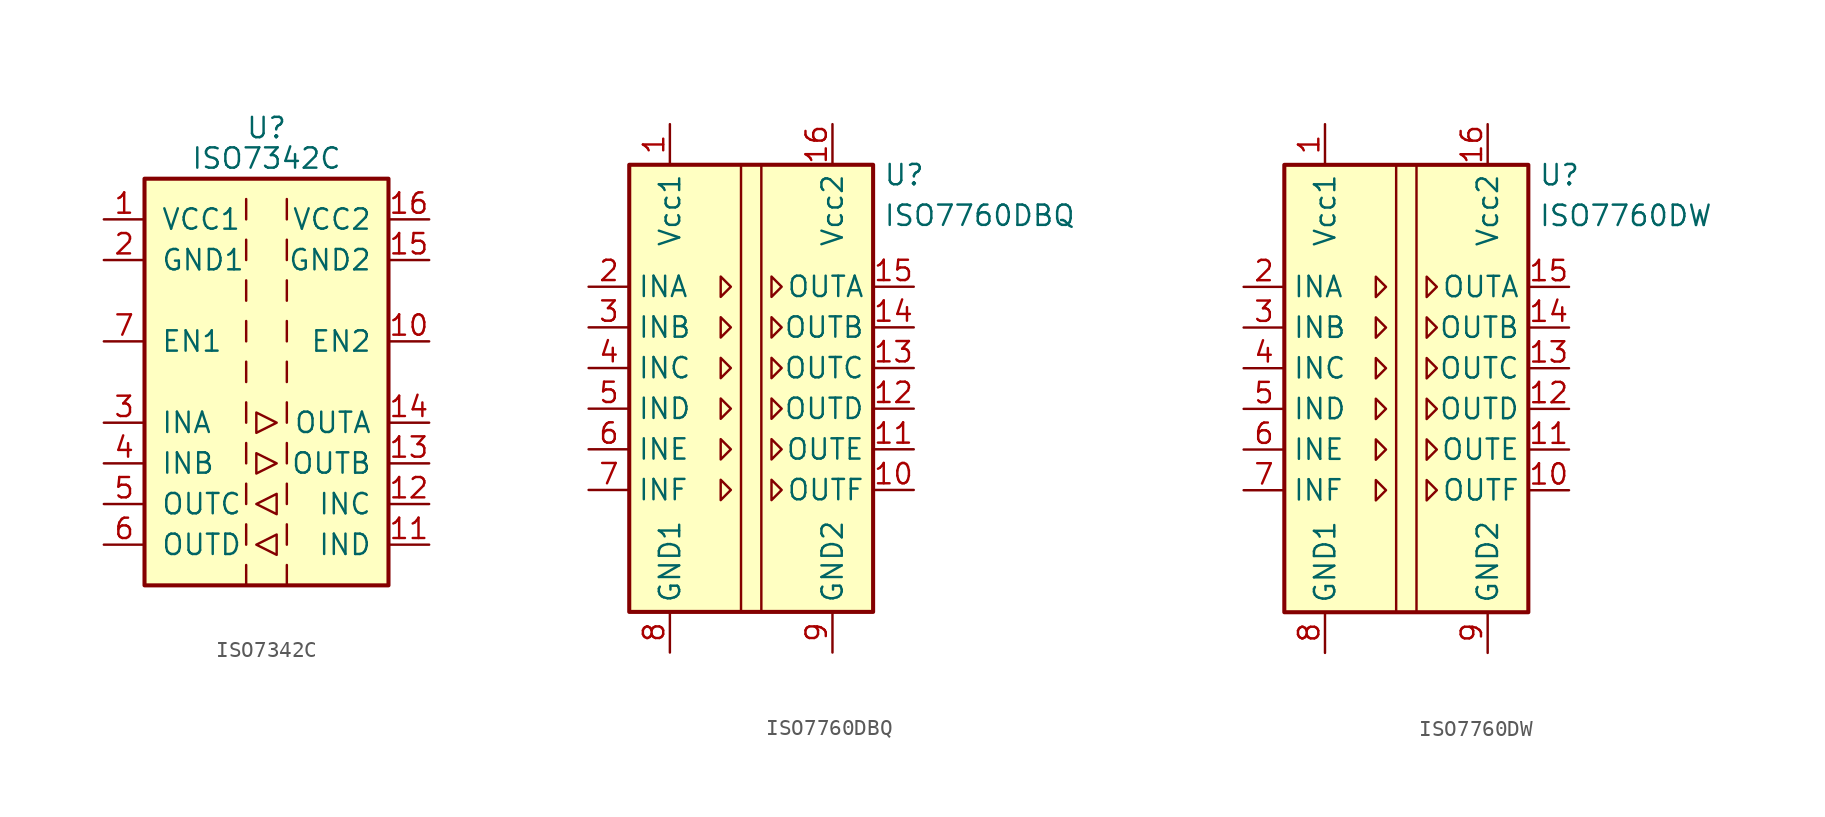
<source format=kicad_sym>
(kicad_symbol_lib
  (version 20201005)
  (generator kicad_symbol_editor)
  (symbol "Isolator_Digital:ISO7342C"
    (pin_names
      (offset 1.016))
    (property "Reference" "U"
      (at 0 15.875 0)
      (effects (font (size 1.27 1.27))))
    (property "Value" "ISO7342C"
      (at 0 13.97 0)
      (effects (font (size 1.27 1.27))))
    (symbol "ISO7342C_0_1"
      (rectangle (start -7.62 12.7) (end 7.62 -12.7) (stroke (width 0.254)) (fill (type background)))
      (polyline (pts (xy -1.27 -11.43) (xy -1.27 -12.7)) (stroke (width 0)) (fill (type none)))
      (polyline (pts (xy -1.27 -8.89) (xy -1.27 -10.16)) (stroke (width 0)) (fill (type none)))
      (polyline (pts (xy -1.27 -6.35) (xy -1.27 -7.62)) (stroke (width 0)) (fill (type none)))
      (polyline (pts (xy -1.27 -3.81) (xy -1.27 -5.08)) (stroke (width 0)) (fill (type none)))
      (polyline (pts (xy -1.27 -1.27) (xy -1.27 -2.54)) (stroke (width 0)) (fill (type none)))
      (polyline (pts (xy -1.27 1.27) (xy -1.27 0)) (stroke (width 0)) (fill (type none)))
      (polyline (pts (xy -1.27 3.81) (xy -1.27 2.54)) (stroke (width 0)) (fill (type none)))
      (polyline (pts (xy -1.27 6.35) (xy -1.27 5.08)) (stroke (width 0)) (fill (type none)))
      (polyline (pts (xy -1.27 8.89) (xy -1.27 7.62)) (stroke (width 0)) (fill (type none)))
      (polyline (pts (xy -1.27 11.43) (xy -1.27 10.16)) (stroke (width 0)) (fill (type none)))
      (polyline (pts (xy 1.27 -11.43) (xy 1.27 -12.7)) (stroke (width 0)) (fill (type none)))
      (polyline (pts (xy 1.27 -8.89) (xy 1.27 -10.16)) (stroke (width 0)) (fill (type none)))
      (polyline (pts (xy 1.27 -6.35) (xy 1.27 -7.62)) (stroke (width 0)) (fill (type none)))
      (polyline (pts (xy 1.27 -3.81) (xy 1.27 -5.08)) (stroke (width 0)) (fill (type none)))
      (polyline (pts (xy 1.27 -1.27) (xy 1.27 -2.54)) (stroke (width 0)) (fill (type none)))
      (polyline (pts (xy 1.27 1.27) (xy 1.27 0)) (stroke (width 0)) (fill (type none)))
      (polyline (pts (xy 1.27 3.81) (xy 1.27 2.54)) (stroke (width 0)) (fill (type none)))
      (polyline (pts (xy 1.27 6.35) (xy 1.27 5.08)) (stroke (width 0)) (fill (type none)))
      (polyline (pts (xy 1.27 8.89) (xy 1.27 7.62)) (stroke (width 0)) (fill (type none)))
      (polyline (pts (xy 1.27 11.43) (xy 1.27 10.16)) (stroke (width 0)) (fill (type none)))
      (polyline (pts (xy -0.635 -10.16) (xy 0.635 -9.525) (xy 0.635 -10.795) (xy -0.635 -10.16)) (stroke (width 0)) (fill (type none)))
      (polyline (pts (xy -0.635 -7.62) (xy 0.635 -6.985) (xy 0.635 -8.255) (xy -0.635 -7.62)) (stroke (width 0)) (fill (type none)))
      (polyline (pts (xy -0.635 -4.445) (xy -0.635 -5.715) (xy 0.635 -5.08) (xy -0.635 -4.445)) (stroke (width 0)) (fill (type none)))
      (polyline (pts (xy -0.635 -1.905) (xy -0.635 -3.175) (xy 0.635 -2.54) (xy -0.635 -1.905)) (stroke (width 0)) (fill (type none))))
    (symbol "ISO7342C_1_1"
      (pin power_in line (at -10.16 10.16 0) (length 2.54) (name "VCC1" (effects (font (size 1.27 1.27)))) (number "1" (effects (font (size 1.27 1.27)))))
      (pin input line (at 10.16 2.54 180) (length 2.54) (name "EN2" (effects (font (size 1.27 1.27)))) (number "10" (effects (font (size 1.27 1.27)))))
      (pin input line (at 10.16 -10.16 180) (length 2.54) (name "IND" (effects (font (size 1.27 1.27)))) (number "11" (effects (font (size 1.27 1.27)))))
      (pin input line (at 10.16 -7.62 180) (length 2.54) (name "INC" (effects (font (size 1.27 1.27)))) (number "12" (effects (font (size 1.27 1.27)))))
      (pin output line (at 10.16 -5.08 180) (length 2.54) (name "OUTB" (effects (font (size 1.27 1.27)))) (number "13" (effects (font (size 1.27 1.27)))))
      (pin output line (at 10.16 -2.54 180) (length 2.54) (name "OUTA" (effects (font (size 1.27 1.27)))) (number "14" (effects (font (size 1.27 1.27)))))
      (pin power_in line (at 10.16 7.62 180) (length 2.54) (name "GND2" (effects (font (size 1.27 1.27)))) (number "15" (effects (font (size 1.27 1.27)))))
      (pin power_in line (at 10.16 10.16 180) (length 2.54) (name "VCC2" (effects (font (size 1.27 1.27)))) (number "16" (effects (font (size 1.27 1.27)))))
      (pin power_in line (at -10.16 7.62 0) (length 2.54) (name "GND1" (effects (font (size 1.27 1.27)))) (number "2" (effects (font (size 1.27 1.27)))))
      (pin input line (at -10.16 -2.54 0) (length 2.54) (name "INA" (effects (font (size 1.27 1.27)))) (number "3" (effects (font (size 1.27 1.27)))))
      (pin input line (at -10.16 -5.08 0) (length 2.54) (name "INB" (effects (font (size 1.27 1.27)))) (number "4" (effects (font (size 1.27 1.27)))))
      (pin output line (at -10.16 -7.62 0) (length 2.54) (name "OUTC" (effects (font (size 1.27 1.27)))) (number "5" (effects (font (size 1.27 1.27)))))
      (pin output line (at -10.16 -10.16 0) (length 2.54) (name "OUTD" (effects (font (size 1.27 1.27)))) (number "6" (effects (font (size 1.27 1.27)))))
      (pin input line (at -10.16 2.54 0) (length 2.54) (name "EN1" (effects (font (size 1.27 1.27)))) (number "7" (effects (font (size 1.27 1.27)))))
      (pin passive line (at -10.16 7.62 0) (length 2.54) hide (name "GND1" (effects (font (size 1.27 1.27)))) (number "8" (effects (font (size 1.27 1.27)))))
      (pin passive line (at 10.16 7.62 180) (length 2.54) hide (name "GND2" (effects (font (size 1.27 1.27)))) (number "9" (effects (font (size 1.27 1.27)))))))
  (symbol "Isolator_Digital:ISO7760DBQ"
    (property "Reference" "U"
      (at 8.255 14.605 0)
      (effects (font (size 1.27 1.27)) (justify left)))
    (property "Value" "ISO7760DBQ"
      (at 8.255 12.065 0)
      (effects (font (size 1.27 1.27)) (justify left)))
    (symbol "ISO7760DBQ_0_1"
      (rectangle (start -7.62 15.24) (end 7.62 -12.7) (stroke (width 0.254)) (fill (type background)))
      (polyline (pts (xy -0.635 15.24) (xy -0.635 -12.7)) (stroke (width 0)) (fill (type none)))
      (polyline (pts (xy 0.635 15.24) (xy 0.635 -12.7)) (stroke (width 0)) (fill (type none)))
      (polyline (pts (xy -1.905 8.255) (xy -1.27 7.62) (xy -1.905 6.985) (xy -1.905 8.255)) (stroke (width 0)) (fill (type none)))
      (polyline (pts (xy 1.27 8.255) (xy 1.905 7.62) (xy 1.27 6.985) (xy 1.27 8.255)) (stroke (width 0)) (fill (type none))))
    (symbol "ISO7760DBQ_1_1"
      (polyline (pts (xy -1.905 -4.445) (xy -1.27 -5.08) (xy -1.905 -5.715) (xy -1.905 -4.445)) (stroke (width 0)) (fill (type none)))
      (polyline (pts (xy -1.905 -1.905) (xy -1.27 -2.54) (xy -1.905 -3.175) (xy -1.905 -1.905)) (stroke (width 0)) (fill (type none)))
      (polyline (pts (xy -1.905 0.635) (xy -1.27 0) (xy -1.905 -0.635) (xy -1.905 0.635)) (stroke (width 0)) (fill (type none)))
      (polyline (pts (xy -1.905 3.175) (xy -1.27 2.54) (xy -1.905 1.905) (xy -1.905 3.175)) (stroke (width 0)) (fill (type none)))
      (polyline (pts (xy -1.905 5.715) (xy -1.27 5.08) (xy -1.905 4.445) (xy -1.905 5.715)) (stroke (width 0)) (fill (type none)))
      (polyline (pts (xy 1.27 -4.445) (xy 1.905 -5.08) (xy 1.27 -5.715) (xy 1.27 -4.445)) (stroke (width 0)) (fill (type none)))
      (polyline (pts (xy 1.27 -1.905) (xy 1.905 -2.54) (xy 1.27 -3.175) (xy 1.27 -1.905)) (stroke (width 0)) (fill (type none)))
      (polyline (pts (xy 1.27 0.635) (xy 1.905 0) (xy 1.27 -0.635) (xy 1.27 0.635)) (stroke (width 0)) (fill (type none)))
      (polyline (pts (xy 1.27 3.175) (xy 1.905 2.54) (xy 1.27 1.905) (xy 1.27 3.175)) (stroke (width 0)) (fill (type none)))
      (polyline (pts (xy 1.27 5.715) (xy 1.905 5.08) (xy 1.27 4.445) (xy 1.27 5.715)) (stroke (width 0)) (fill (type none)))
      (pin power_in line (at -5.08 17.78 270) (length 2.54) (name "Vcc1" (effects (font (size 1.27 1.27)))) (number "1" (effects (font (size 1.27 1.27)))))
      (pin output line (at 10.16 -5.08 180) (length 2.54) (name "OUTF" (effects (font (size 1.27 1.27)))) (number "10" (effects (font (size 1.27 1.27)))))
      (pin output line (at 10.16 -2.54 180) (length 2.54) (name "OUTE" (effects (font (size 1.27 1.27)))) (number "11" (effects (font (size 1.27 1.27)))))
      (pin output line (at 10.16 0 180) (length 2.54) (name "OUTD" (effects (font (size 1.27 1.27)))) (number "12" (effects (font (size 1.27 1.27)))))
      (pin output line (at 10.16 2.54 180) (length 2.54) (name "OUTC" (effects (font (size 1.27 1.27)))) (number "13" (effects (font (size 1.27 1.27)))))
      (pin output line (at 10.16 5.08 180) (length 2.54) (name "OUTB" (effects (font (size 1.27 1.27)))) (number "14" (effects (font (size 1.27 1.27)))))
      (pin output line (at 10.16 7.62 180) (length 2.54) (name "OUTA" (effects (font (size 1.27 1.27)))) (number "15" (effects (font (size 1.27 1.27)))))
      (pin power_in line (at 5.08 17.78 270) (length 2.54) (name "Vcc2" (effects (font (size 1.27 1.27)))) (number "16" (effects (font (size 1.27 1.27)))))
      (pin input line (at -10.16 7.62 0) (length 2.54) (name "INA" (effects (font (size 1.27 1.27)))) (number "2" (effects (font (size 1.27 1.27)))))
      (pin input line (at -10.16 5.08 0) (length 2.54) (name "INB" (effects (font (size 1.27 1.27)))) (number "3" (effects (font (size 1.27 1.27)))))
      (pin input line (at -10.16 2.54 0) (length 2.54) (name "INC" (effects (font (size 1.27 1.27)))) (number "4" (effects (font (size 1.27 1.27)))))
      (pin input line (at -10.16 0 0) (length 2.54) (name "IND" (effects (font (size 1.27 1.27)))) (number "5" (effects (font (size 1.27 1.27)))))
      (pin input line (at -10.16 -2.54 0) (length 2.54) (name "INE" (effects (font (size 1.27 1.27)))) (number "6" (effects (font (size 1.27 1.27)))))
      (pin input line (at -10.16 -5.08 0) (length 2.54) (name "INF" (effects (font (size 1.27 1.27)))) (number "7" (effects (font (size 1.27 1.27)))))
      (pin power_in line (at -5.08 -15.24 90) (length 2.54) (name "GND1" (effects (font (size 1.27 1.27)))) (number "8" (effects (font (size 1.27 1.27)))))
      (pin power_in line (at 5.08 -15.24 90) (length 2.54) (name "GND2" (effects (font (size 1.27 1.27)))) (number "9" (effects (font (size 1.27 1.27)))))))
  (symbol "Isolator_Digital:ISO7760DW"
    (property "Reference" "U"
      (at 8.255 14.605 0)
      (effects (font (size 1.27 1.27)) (justify left)))
    (property "Value" "ISO7760DW"
      (at 8.255 12.065 0)
      (effects (font (size 1.27 1.27)) (justify left)))
    (symbol "ISO7760DW_0_1"
      (rectangle (start -7.62 15.24) (end 7.62 -12.7) (stroke (width 0.254)) (fill (type background)))
      (polyline (pts (xy -0.635 15.24) (xy -0.635 -12.7)) (stroke (width 0)) (fill (type none)))
      (polyline (pts (xy 0.635 15.24) (xy 0.635 -12.7)) (stroke (width 0)) (fill (type none)))
      (polyline (pts (xy -1.905 8.255) (xy -1.27 7.62) (xy -1.905 6.985) (xy -1.905 8.255)) (stroke (width 0)) (fill (type none)))
      (polyline (pts (xy 1.27 8.255) (xy 1.905 7.62) (xy 1.27 6.985) (xy 1.27 8.255)) (stroke (width 0)) (fill (type none))))
    (symbol "ISO7760DW_1_1"
      (polyline (pts (xy -1.905 -4.445) (xy -1.27 -5.08) (xy -1.905 -5.715) (xy -1.905 -4.445)) (stroke (width 0)) (fill (type none)))
      (polyline (pts (xy -1.905 -1.905) (xy -1.27 -2.54) (xy -1.905 -3.175) (xy -1.905 -1.905)) (stroke (width 0)) (fill (type none)))
      (polyline (pts (xy -1.905 0.635) (xy -1.27 0) (xy -1.905 -0.635) (xy -1.905 0.635)) (stroke (width 0)) (fill (type none)))
      (polyline (pts (xy -1.905 3.175) (xy -1.27 2.54) (xy -1.905 1.905) (xy -1.905 3.175)) (stroke (width 0)) (fill (type none)))
      (polyline (pts (xy -1.905 5.715) (xy -1.27 5.08) (xy -1.905 4.445) (xy -1.905 5.715)) (stroke (width 0)) (fill (type none)))
      (polyline (pts (xy 1.27 -4.445) (xy 1.905 -5.08) (xy 1.27 -5.715) (xy 1.27 -4.445)) (stroke (width 0)) (fill (type none)))
      (polyline (pts (xy 1.27 -1.905) (xy 1.905 -2.54) (xy 1.27 -3.175) (xy 1.27 -1.905)) (stroke (width 0)) (fill (type none)))
      (polyline (pts (xy 1.27 0.635) (xy 1.905 0) (xy 1.27 -0.635) (xy 1.27 0.635)) (stroke (width 0)) (fill (type none)))
      (polyline (pts (xy 1.27 3.175) (xy 1.905 2.54) (xy 1.27 1.905) (xy 1.27 3.175)) (stroke (width 0)) (fill (type none)))
      (polyline (pts (xy 1.27 5.715) (xy 1.905 5.08) (xy 1.27 4.445) (xy 1.27 5.715)) (stroke (width 0)) (fill (type none)))
      (pin power_in line (at -5.08 17.78 270) (length 2.54) (name "Vcc1" (effects (font (size 1.27 1.27)))) (number "1" (effects (font (size 1.27 1.27)))))
      (pin output line (at 10.16 -5.08 180) (length 2.54) (name "OUTF" (effects (font (size 1.27 1.27)))) (number "10" (effects (font (size 1.27 1.27)))))
      (pin output line (at 10.16 -2.54 180) (length 2.54) (name "OUTE" (effects (font (size 1.27 1.27)))) (number "11" (effects (font (size 1.27 1.27)))))
      (pin output line (at 10.16 0 180) (length 2.54) (name "OUTD" (effects (font (size 1.27 1.27)))) (number "12" (effects (font (size 1.27 1.27)))))
      (pin output line (at 10.16 2.54 180) (length 2.54) (name "OUTC" (effects (font (size 1.27 1.27)))) (number "13" (effects (font (size 1.27 1.27)))))
      (pin output line (at 10.16 5.08 180) (length 2.54) (name "OUTB" (effects (font (size 1.27 1.27)))) (number "14" (effects (font (size 1.27 1.27)))))
      (pin output line (at 10.16 7.62 180) (length 2.54) (name "OUTA" (effects (font (size 1.27 1.27)))) (number "15" (effects (font (size 1.27 1.27)))))
      (pin power_in line (at 5.08 17.78 270) (length 2.54) (name "Vcc2" (effects (font (size 1.27 1.27)))) (number "16" (effects (font (size 1.27 1.27)))))
      (pin input line (at -10.16 7.62 0) (length 2.54) (name "INA" (effects (font (size 1.27 1.27)))) (number "2" (effects (font (size 1.27 1.27)))))
      (pin input line (at -10.16 5.08 0) (length 2.54) (name "INB" (effects (font (size 1.27 1.27)))) (number "3" (effects (font (size 1.27 1.27)))))
      (pin input line (at -10.16 2.54 0) (length 2.54) (name "INC" (effects (font (size 1.27 1.27)))) (number "4" (effects (font (size 1.27 1.27)))))
      (pin input line (at -10.16 0 0) (length 2.54) (name "IND" (effects (font (size 1.27 1.27)))) (number "5" (effects (font (size 1.27 1.27)))))
      (pin input line (at -10.16 -2.54 0) (length 2.54) (name "INE" (effects (font (size 1.27 1.27)))) (number "6" (effects (font (size 1.27 1.27)))))
      (pin input line (at -10.16 -5.08 0) (length 2.54) (name "INF" (effects (font (size 1.27 1.27)))) (number "7" (effects (font (size 1.27 1.27)))))
      (pin power_in line (at -5.08 -15.24 90) (length 2.54) (name "GND1" (effects (font (size 1.27 1.27)))) (number "8" (effects (font (size 1.27 1.27)))))
      (pin power_in line (at 5.08 -15.24 90) (length 2.54) (name "GND2" (effects (font (size 1.27 1.27)))) (number "9" (effects (font (size 1.27 1.27))))))))
</source>
